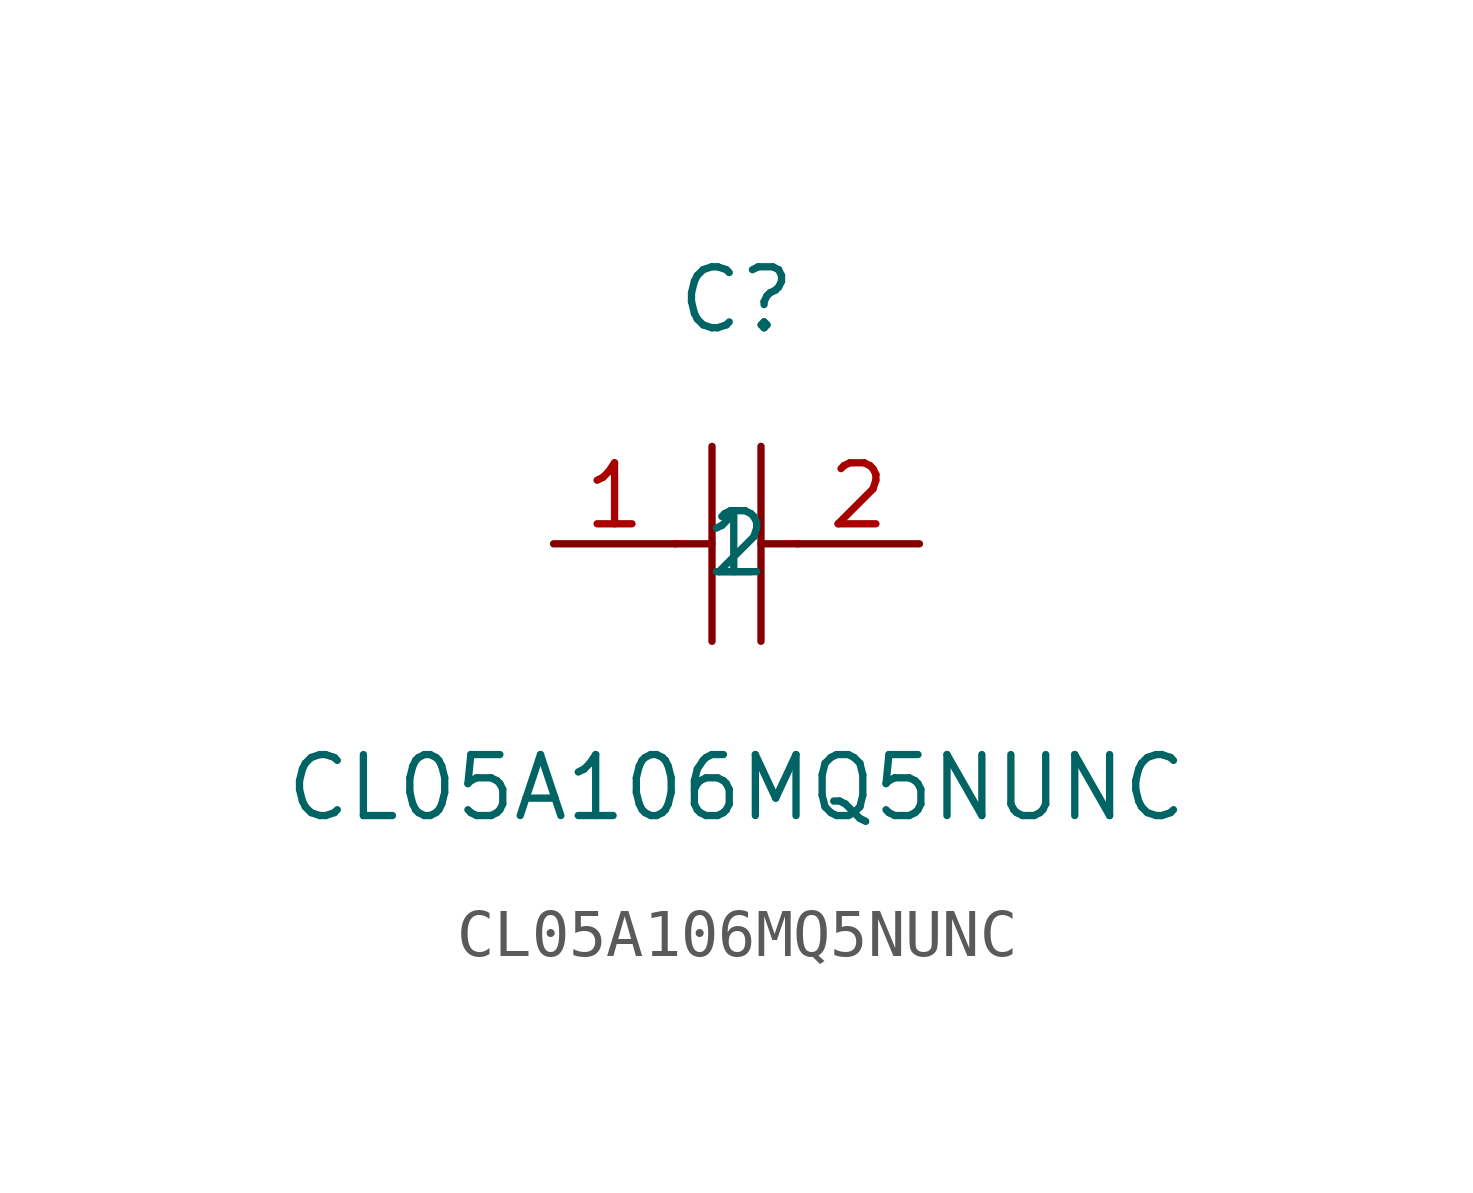
<source format=kicad_sym>
(kicad_symbol_lib
  (version 20211014)
  (generator https://github.com/uPesy/easyeda2kicad.py)
  (symbol "CL05A106MQ5NUNC"
    (property "Reference" "C"
      (at 0 5.08 0)
      (effects (font (size 1.27 1.27))))
    (property "Value" "CL05A106MQ5NUNC"
      (at 0 -5.08 0)
      (effects (font (size 1.27 1.27))))
    (symbol "CL05A106MQ5NUNC_0_1"
      (polyline (pts (xy -0.51 2.03) (xy -0.51 -2.03)) (stroke (width 0) (type default) (color 0 0 0 0)) (fill (type none)))
      (polyline (pts (xy 0.51 2.03) (xy 0.51 -2.03)) (stroke (width 0) (type default) (color 0 0 0 0)) (fill (type none)))
      (polyline (pts (xy -1.27 -0.00) (xy -0.51 -0.00)) (stroke (width 0) (type default) (color 0 0 0 0)) (fill (type none)))
      (polyline (pts (xy 0.51 -0.00) (xy 1.27 -0.00)) (stroke (width 0) (type default) (color 0 0 0 0)) (fill (type none)))
      (pin input line (at -3.81 -0.00 0) (length 2.54) (name "1" (effects (font (size 1.27 1.27)))) (number "1" (effects (font (size 1.27 1.27)))))
      (pin input line (at 3.81 -0.00 180) (length 2.54) (name "2" (effects (font (size 1.27 1.27)))) (number "2" (effects (font (size 1.27 1.27))))))))
</source>
